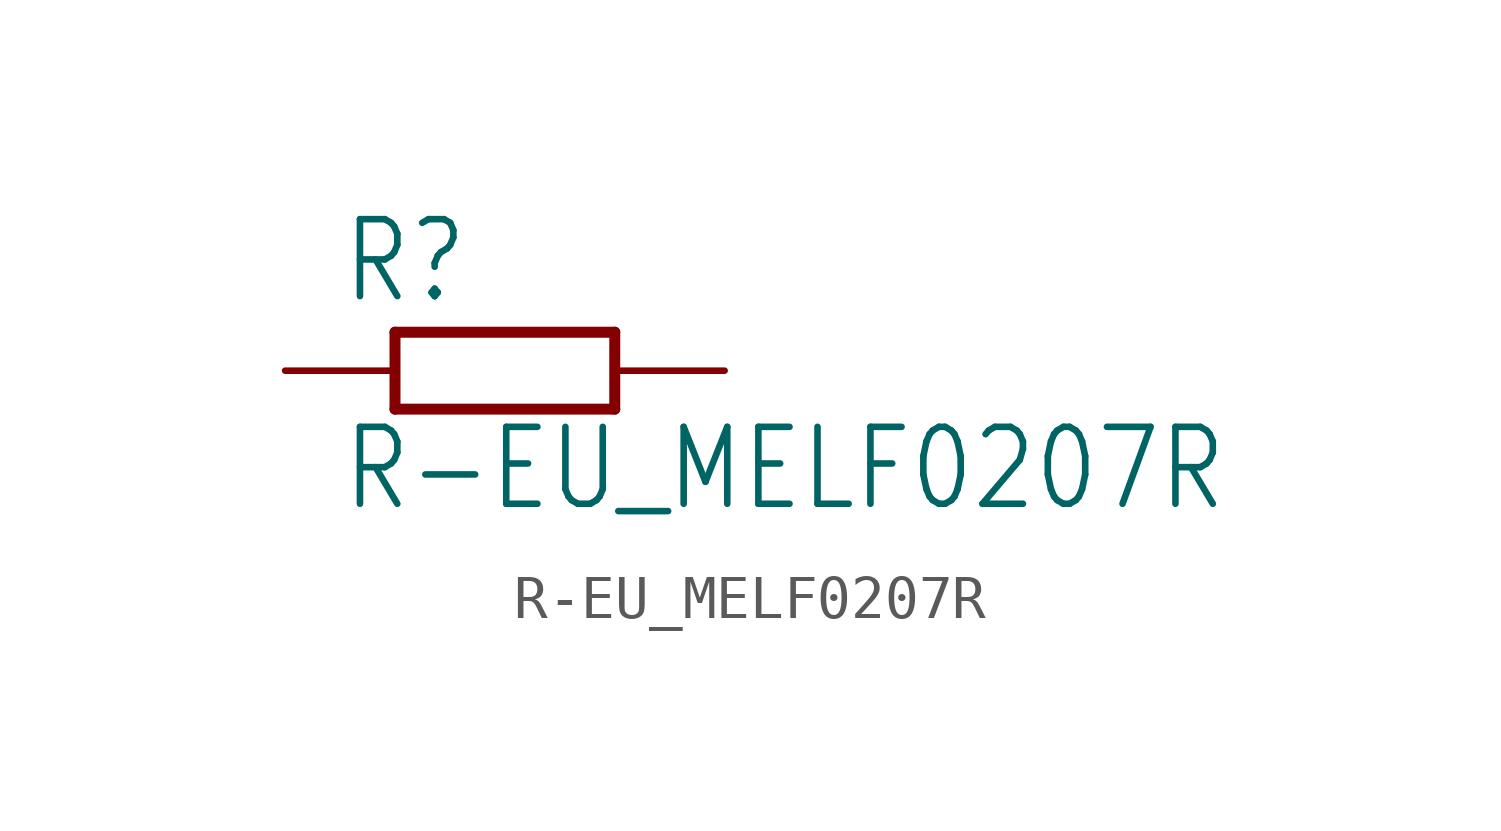
<source format=kicad_sym>
(kicad_symbol_lib
  (version 20211014)
  (generator kicad_symbol_editor)
  (symbol "R-EU_MELF0207R"
    (property "Reference" "R"
      (at -3.81 1.499 0)
      (effects (font (size 1.778 1.511)) (justify left bottom)))
    (property "Value" "R-EU_MELF0207R"
      (at -3.81 -3.302 0)
      (effects (font (size 1.778 1.511)) (justify left bottom)))
    (property "ki_locked" ""
      (at 0 0 0)
      (effects (font (size 1.27 1.27))))
    (symbol "R-EU_MELF0207R_1_0"
      (polyline (pts (xy -2.54 -0.889) (xy -2.54 0.889)) (stroke (width 0.254) (type default) (color 0 0 0 0)) (fill (type none)))
      (polyline (pts (xy -2.54 -0.889) (xy 2.54 -0.889)) (stroke (width 0.254) (type default) (color 0 0 0 0)) (fill (type none)))
      (polyline (pts (xy 2.54 -0.889) (xy 2.54 0.889)) (stroke (width 0.254) (type default) (color 0 0 0 0)) (fill (type none)))
      (polyline (pts (xy 2.54 0.889) (xy -2.54 0.889)) (stroke (width 0.254) (type default) (color 0 0 0 0)) (fill (type none)))
      (pin passive line (at -5.08 0 0) (length 2.54) (name "1" (effects (font (size 0 0)))) (number "1" (effects (font (size 0 0)))))
      (pin passive line (at 5.08 0 180) (length 2.54) (name "2" (effects (font (size 0 0)))) (number "2" (effects (font (size 0 0))))))))
</source>
